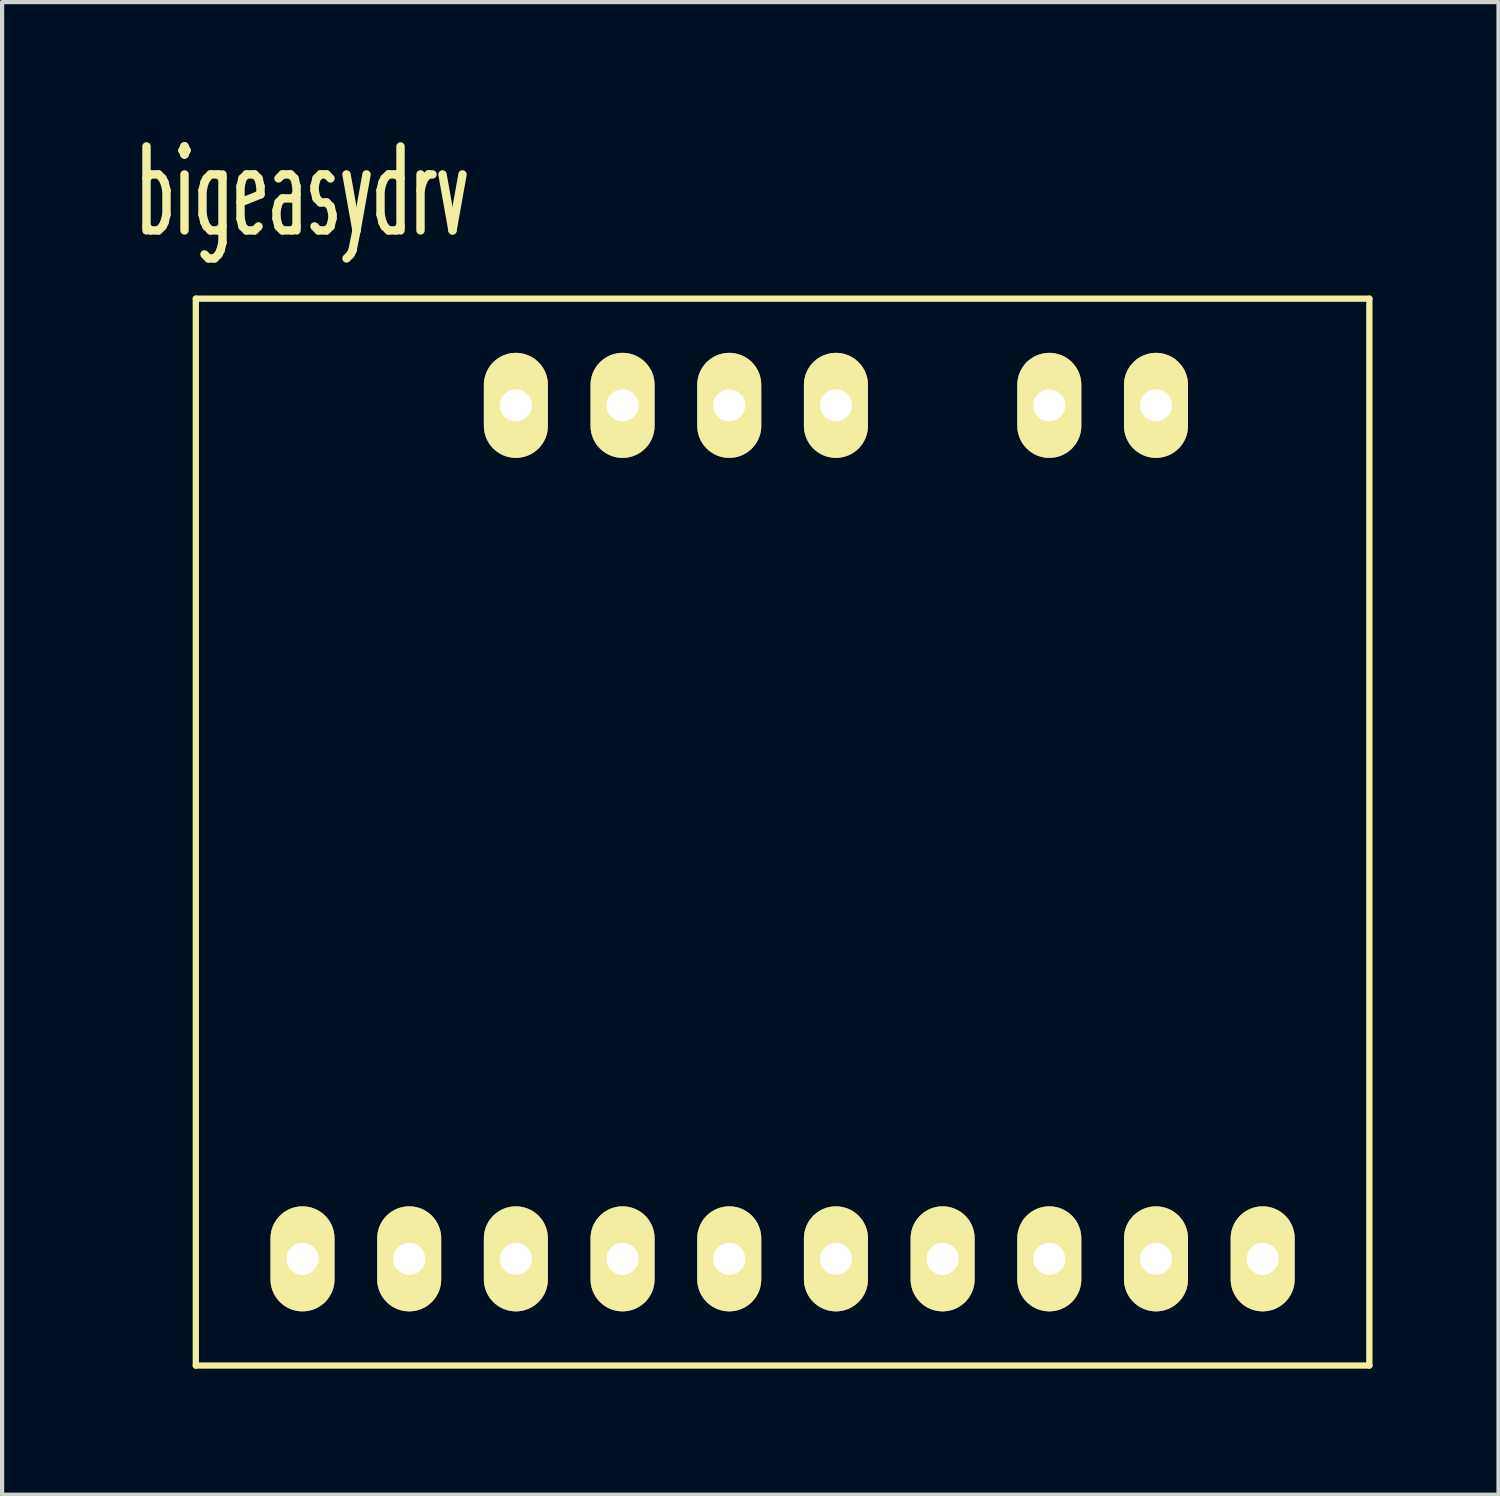
<source format=kicad_pcb>
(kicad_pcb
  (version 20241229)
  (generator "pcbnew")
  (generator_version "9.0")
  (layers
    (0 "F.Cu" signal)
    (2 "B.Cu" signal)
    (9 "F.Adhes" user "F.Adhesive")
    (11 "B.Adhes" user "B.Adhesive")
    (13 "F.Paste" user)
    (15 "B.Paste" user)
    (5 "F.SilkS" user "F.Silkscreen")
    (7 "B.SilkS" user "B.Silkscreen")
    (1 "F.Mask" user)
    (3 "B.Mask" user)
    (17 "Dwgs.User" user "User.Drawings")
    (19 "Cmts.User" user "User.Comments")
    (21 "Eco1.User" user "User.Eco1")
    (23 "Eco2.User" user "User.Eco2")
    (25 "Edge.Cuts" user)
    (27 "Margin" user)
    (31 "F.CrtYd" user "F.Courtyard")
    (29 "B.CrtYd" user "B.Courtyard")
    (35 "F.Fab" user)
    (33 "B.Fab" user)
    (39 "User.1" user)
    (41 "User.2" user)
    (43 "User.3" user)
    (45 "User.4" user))
  (footprint "bigeasydrv"
    (layer "F.Cu")
    (at 4.152 26.921)
    (property "Reference" "bigeasydrv" (at 0 -25.4 0) (layer "F.SilkS") (effects (font (size 2 1) (thickness 0.2))))
    (attr smd)
    (fp_line (start -2.54 -22.86) (end -2.54 2.54) (stroke (width 0.15) (type solid)) (layer "F.SilkS"))
    (fp_line (start -2.54 2.54) (end 25.4 2.54) (stroke (width 0.15) (type solid)) (layer "F.SilkS"))
    (fp_line (start 25.4 -22.86) (end -2.54 -22.86) (stroke (width 0.15) (type solid)) (layer "F.SilkS"))
    (fp_line (start 25.4 2.54) (end 25.4 -22.86) (stroke (width 0.15) (type solid)) (layer "F.SilkS"))
    (pad "1" thru_hole oval (at 0 0) (size 1.524 2.5) (drill 0.762) (layers "*.Cu" "*.Mask" "F.SilkS"))
    (pad "2" thru_hole oval (at 2.54 0) (size 1.524 2.5) (drill 0.762) (layers "*.Cu" "*.Mask" "F.SilkS"))
    (pad "3" thru_hole oval (at 5.08 0) (size 1.524 2.5) (drill 0.762) (layers "*.Cu" "*.Mask" "F.SilkS"))
    (pad "4" thru_hole oval (at 7.62 0) (size 1.524 2.5) (drill 0.762) (layers "*.Cu" "*.Mask" "F.SilkS"))
    (pad "5" thru_hole oval (at 10.16 0) (size 1.524 2.5) (drill 0.762) (layers "*.Cu" "*.Mask" "F.SilkS"))
    (pad "6" thru_hole oval (at 12.7 0) (size 1.524 2.5) (drill 0.762) (layers "*.Cu" "*.Mask" "F.SilkS"))
    (pad "7" thru_hole oval (at 15.24 0) (size 1.524 2.5) (drill 0.762) (layers "*.Cu" "*.Mask" "F.SilkS"))
    (pad "8" thru_hole oval (at 17.78 0) (size 1.524 2.5) (drill 0.762) (layers "*.Cu" "*.Mask" "F.SilkS"))
    (pad "9" thru_hole oval (at 20.32 0) (size 1.524 2.5) (drill 0.762) (layers "*.Cu" "*.Mask" "F.SilkS"))
    (pad "10" thru_hole oval (at 22.86 0) (size 1.524 2.5) (drill 0.762) (layers "*.Cu" "*.Mask" "F.SilkS"))
    (pad "11" thru_hole oval (at 20.32 -20.32) (size 1.524 2.5) (drill 0.762) (layers "*.Cu" "*.Mask" "F.SilkS"))
    (pad "12" thru_hole oval (at 17.78 -20.32) (size 1.524 2.5) (drill 0.762) (layers "*.Cu" "*.Mask" "F.SilkS"))
    (pad "13" thru_hole oval (at 12.7 -20.32) (size 1.524 2.5) (drill 0.762) (layers "*.Cu" "*.Mask" "F.SilkS"))
    (pad "14" thru_hole oval (at 10.16 -20.32) (size 1.524 2.5) (drill 0.762) (layers "*.Cu" "*.Mask" "F.SilkS"))
    (pad "15" thru_hole oval (at 7.62 -20.32) (size 1.524 2.5) (drill 0.762) (layers "*.Cu" "*.Mask" "F.SilkS"))
    (pad "16" thru_hole oval (at 5.08 -20.32) (size 1.524 2.5) (drill 0.762) (layers "*.Cu" "*.Mask" "F.SilkS")))
  (gr_rect
    (start -3 -3)
    (end 32.627 32.536)
    (stroke (width 0.1) (type default))
    (fill no)
    (layer "Edge.Cuts")))
</source>
